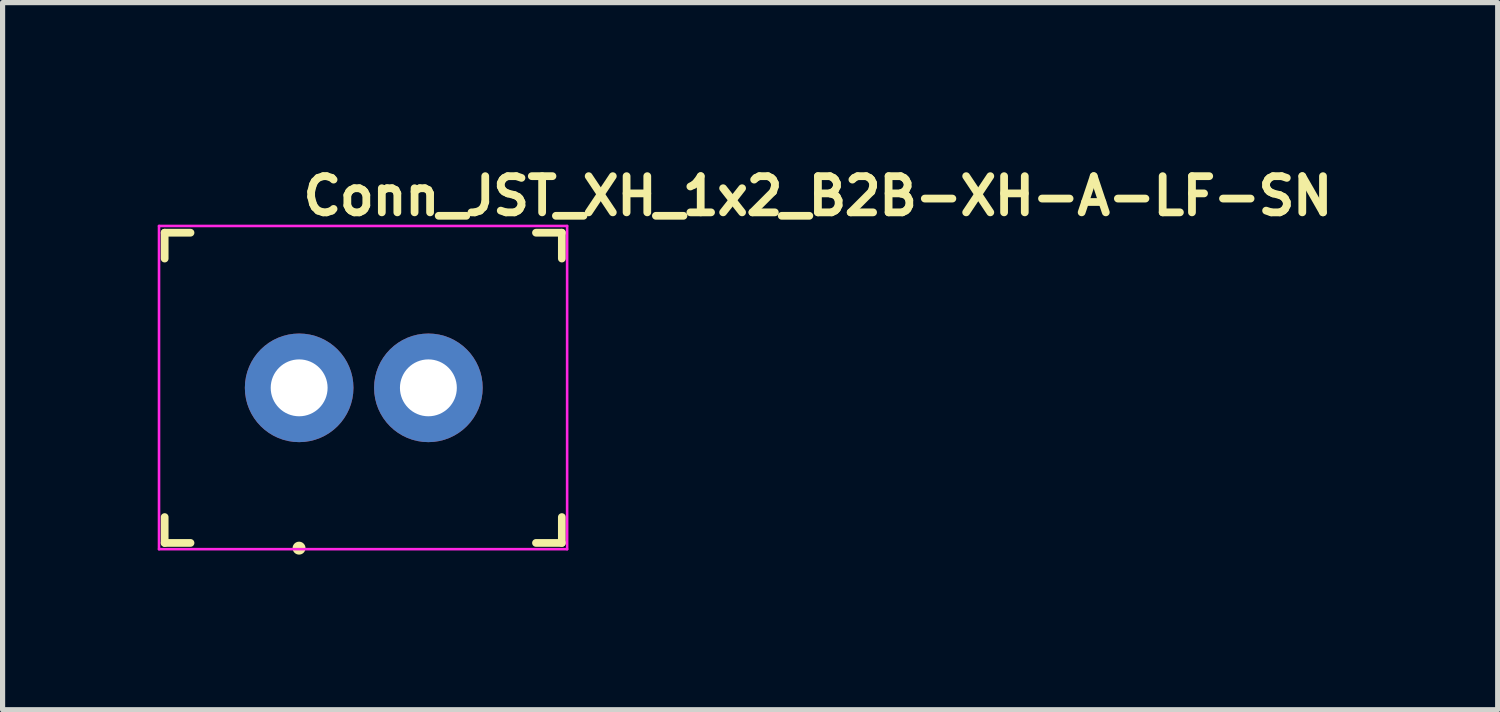
<source format=kicad_pcb>
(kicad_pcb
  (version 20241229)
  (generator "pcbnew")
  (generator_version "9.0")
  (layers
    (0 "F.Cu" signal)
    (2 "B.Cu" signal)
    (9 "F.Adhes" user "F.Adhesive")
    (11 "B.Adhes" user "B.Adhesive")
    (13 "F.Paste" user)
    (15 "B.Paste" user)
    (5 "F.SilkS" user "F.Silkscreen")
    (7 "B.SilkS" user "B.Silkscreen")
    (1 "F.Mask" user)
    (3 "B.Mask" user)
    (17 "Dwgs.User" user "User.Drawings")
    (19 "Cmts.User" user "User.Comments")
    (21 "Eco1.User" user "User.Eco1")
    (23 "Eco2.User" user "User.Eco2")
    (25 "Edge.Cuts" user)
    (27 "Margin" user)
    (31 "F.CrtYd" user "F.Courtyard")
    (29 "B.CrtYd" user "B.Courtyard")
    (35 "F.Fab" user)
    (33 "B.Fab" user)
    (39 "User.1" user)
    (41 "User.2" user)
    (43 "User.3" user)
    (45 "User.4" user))
  (footprint "Conn_JST_XH_1x2_B2B-XH-A-LF-SN"
    (layer "F.Cu")
    (at 2.735 4.45)
    (property "Reference" "Conn_JST_XH_1x2_B2B-XH-A-LF-SN" (at 0 -3.3 0) (layer "F.SilkS") (effects (font (size 0.7 0.7) (thickness 0.15)) (justify left bottom)))
    (attr through_hole)
    (fp_line (start -2.601 -3) (end -2.601 -2.5) (stroke (width 0.15) (type solid)) (layer "F.SilkS"))
    (fp_line (start -2.601 -3) (end -2.101 -3) (stroke (width 0.15) (type solid)) (layer "F.SilkS"))
    (fp_line (start -2.601 2.999) (end -2.601 2.499) (stroke (width 0.15) (type solid)) (layer "F.SilkS"))
    (fp_line (start -2.601 2.999) (end -2.101 2.999) (stroke (width 0.15) (type solid)) (layer "F.SilkS"))
    (fp_line (start 5.08 -3) (end 4.58 -3) (stroke (width 0.15) (type solid)) (layer "F.SilkS"))
    (fp_line (start 5.08 -3) (end 5.08 -2.5) (stroke (width 0.15) (type solid)) (layer "F.SilkS"))
    (fp_line (start 5.08 2.999) (end 4.58 2.999) (stroke (width 0.15) (type solid)) (layer "F.SilkS"))
    (fp_line (start 5.08 2.999) (end 5.08 2.499) (stroke (width 0.15) (type solid)) (layer "F.SilkS"))
    (fp_circle (center -0.002 3.1) (end 0.048 3.1) (stroke (width 0.15) (type solid)) (fill yes) (layer "F.SilkS"))
    (fp_line (start -2.71 -3.13) (end -2.71 3.12) (stroke (width 0.05) (type solid)) (layer "F.CrtYd"))
    (fp_line (start 5.182 -3.13) (end -2.71 -3.13) (stroke (width 0.05) (type solid)) (layer "F.CrtYd"))
    (fp_line (start 5.182 3.12) (end -2.71 3.12) (stroke (width 0.05) (type solid)) (layer "F.CrtYd"))
    (fp_line (start 5.182 3.12) (end 5.182 -3.13) (stroke (width 0.05) (type solid)) (layer "F.CrtYd"))
    (fp_rect (start -2.452 -2.875) (end 4.95 2.874) (stroke (width 0.1) (type solid)) (fill no) (layer "User.5"))
    (fp_line (start -2.452 -2.875) (end 4.95 -2.875) (stroke (width 0.02) (type solid)) (layer "User.9"))
    (fp_line (start -2.452 2.874) (end -2.452 -2.875) (stroke (width 0.02) (type solid)) (layer "User.9"))
    (fp_line (start -2.452 2.874) (end -1.25 2.874) (stroke (width 0.02) (type solid)) (layer "User.9"))
    (fp_line (start -1.589 -2.013) (end 4.086 -2.013) (stroke (width 0.02) (type solid)) (layer "User.9"))
    (fp_line (start -1.589 2.011) (end -1.589 -2.013) (stroke (width 0.02) (type solid)) (layer "User.9"))
    (fp_line (start -1.589 2.011) (end 4.086 2.011) (stroke (width 0.02) (type solid)) (layer "User.9"))
    (fp_line (start -1.25 2.75) (end 1.249 2.75) (stroke (width 0.02) (type solid)) (layer "User.9"))
    (fp_line (start -1.25 2.874) (end -1.25 2.75) (stroke (width 0.02) (type solid)) (layer "User.9"))
    (fp_line (start -1.25 2.874) (end 0 2.874) (stroke (width 0.02) (type solid)) (layer "User.9"))
    (fp_line (start -0.32 -0.32) (end -0.064 -0.064) (stroke (width 0.02) (type solid)) (layer "User.9"))
    (fp_line (start -0.32 -0.32) (end 0.32 -0.32) (stroke (width 0.02) (type solid)) (layer "User.9"))
    (fp_line (start -0.32 0.32) (end -0.32 -0.32) (stroke (width 0.02) (type solid)) (layer "User.9"))
    (fp_line (start -0.32 0.32) (end -0.064 0.064) (stroke (width 0.02) (type solid)) (layer "User.9"))
    (fp_line (start -0.32 0.32) (end 0.32 0.32) (stroke (width 0.02) (type solid)) (layer "User.9"))
    (fp_line (start -0.064 -0.064) (end 0.064 -0.064) (stroke (width 0.02) (type solid)) (layer "User.9"))
    (fp_line (start -0.064 0.064) (end -0.064 -0.064) (stroke (width 0.02) (type solid)) (layer "User.9"))
    (fp_line (start -0.064 0.064) (end 0.064 0.064) (stroke (width 0.02) (type solid)) (layer "User.9"))
    (fp_line (start 0 2.874) (end 0 2.75) (stroke (width 0.02) (type solid)) (layer "User.9"))
    (fp_line (start 0.064 0.064) (end 0.064 -0.064) (stroke (width 0.02) (type solid)) (layer "User.9"))
    (fp_line (start 0.32 -0.32) (end 0.064 -0.064) (stroke (width 0.02) (type solid)) (layer "User.9"))
    (fp_line (start 0.32 0.32) (end 0.064 0.064) (stroke (width 0.02) (type solid)) (layer "User.9"))
    (fp_line (start 0.32 0.32) (end 0.32 -0.32) (stroke (width 0.02) (type solid)) (layer "User.9"))
    (fp_line (start 1.249 2.874) (end 0 2.874) (stroke (width 0.02) (type solid)) (layer "User.9"))
    (fp_line (start 1.249 2.874) (end 1.249 2.75) (stroke (width 0.02) (type solid)) (layer "User.9"))
    (fp_line (start 1.249 2.874) (end 4.95 2.874) (stroke (width 0.02) (type solid)) (layer "User.9"))
    (fp_line (start 2.18 -0.32) (end 2.435 -0.064) (stroke (width 0.02) (type solid)) (layer "User.9"))
    (fp_line (start 2.18 -0.32) (end 2.818 -0.32) (stroke (width 0.02) (type solid)) (layer "User.9"))
    (fp_line (start 2.18 0.32) (end 2.18 -0.32) (stroke (width 0.02) (type solid)) (layer "User.9"))
    (fp_line (start 2.18 0.32) (end 2.435 0.064) (stroke (width 0.02) (type solid)) (layer "User.9"))
    (fp_line (start 2.18 0.32) (end 2.818 0.32) (stroke (width 0.02) (type solid)) (layer "User.9"))
    (fp_line (start 2.435 -0.064) (end 2.564 -0.064) (stroke (width 0.02) (type solid)) (layer "User.9"))
    (fp_line (start 2.435 0.064) (end 2.435 -0.064) (stroke (width 0.02) (type solid)) (layer "User.9"))
    (fp_line (start 2.435 0.064) (end 2.564 0.064) (stroke (width 0.02) (type solid)) (layer "User.9"))
    (fp_line (start 2.564 0.064) (end 2.564 -0.064) (stroke (width 0.02) (type solid)) (layer "User.9"))
    (fp_line (start 2.818 -0.32) (end 2.564 -0.064) (stroke (width 0.02) (type solid)) (layer "User.9"))
    (fp_line (start 2.818 0.32) (end 2.564 0.064) (stroke (width 0.02) (type solid)) (layer "User.9"))
    (fp_line (start 2.818 0.32) (end 2.818 -0.32) (stroke (width 0.02) (type solid)) (layer "User.9"))
    (fp_line (start 4.086 2.011) (end 4.086 -2.013) (stroke (width 0.02) (type solid)) (layer "User.9"))
    (fp_line (start 4.95 2.874) (end 4.95 -2.875) (stroke (width 0.02) (type solid)) (layer "User.9"))
    (pad "1" thru_hole circle (at 0 0) (size 2.1 2.1) (drill 1.1) (layers "*.Cu" "*.Mask"))
    (pad "2" thru_hole circle (at 2.499 0) (size 2.1 2.1) (drill 1.1) (layers "*.Cu" "*.Mask")))
  (gr_rect
    (start -3 -3)
    (end 25.912 10.675)
    (stroke (width 0.1) (type default))
    (fill no)
    (layer "Edge.Cuts")))
</source>
